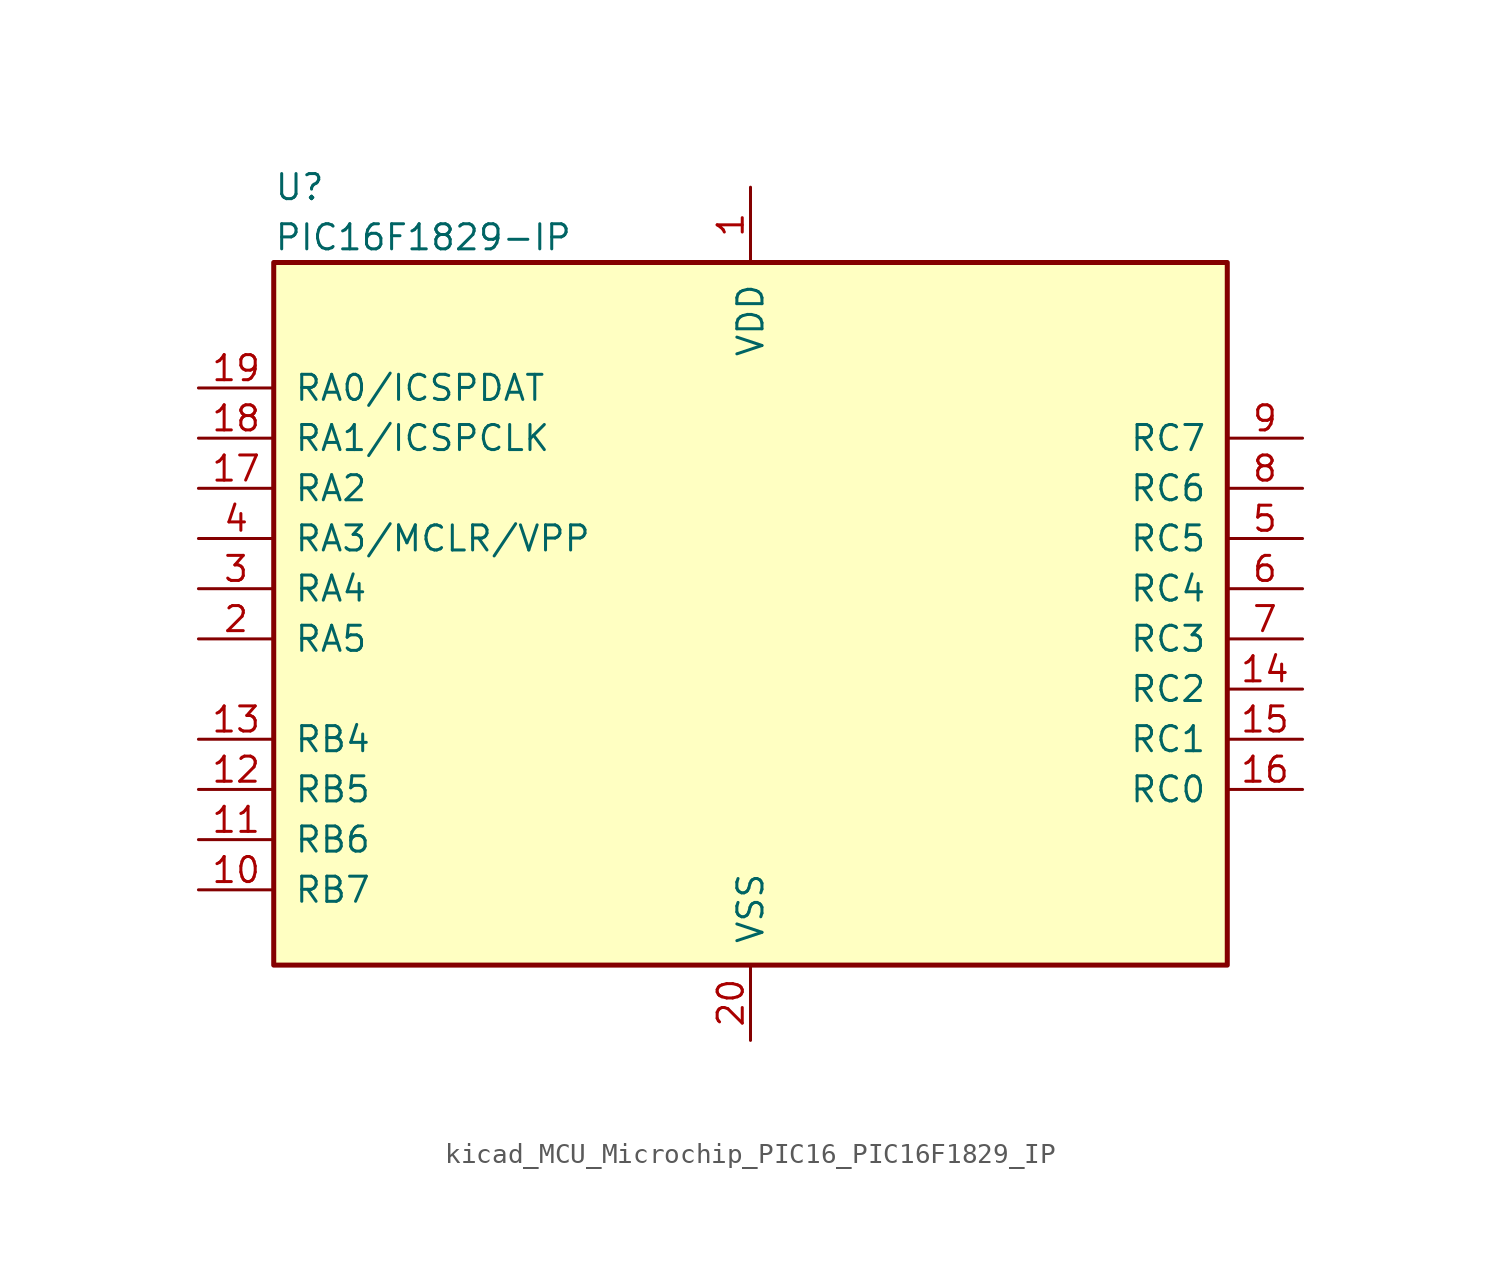
<source format=kicad_sym>
(kicad_symbol_lib
  (version 20220914)
  (generator kicad_symbol_editor)
  (symbol "kicad_MCU_Microchip_PIC16_PIC16F1829_IP"
    (pin_names
      (offset 1.016))
    (property "Reference" "U"
      (at -24.13 22.86 0)
      (effects (font (size 1.27 1.27)) (justify left)))
    (property "Value" "PIC16F1829-IP"
      (at -24.13 20.32 0)
      (effects (font (size 1.27 1.27)) (justify left)))
    (symbol "kicad_MCU_Microchip_PIC16_PIC16F1829_IP_0_1"
      (rectangle (start -24.13 19.05) (end 24.13 -16.51) (stroke (width 0.254) (type default)) (fill (type background))))
    (symbol "kicad_MCU_Microchip_PIC16_PIC16F1829_IP_1_1"
      (pin power_in line (at 0 22.86 270) (length 3.81) (name "VDD" (effects (font (size 1.27 1.27)))) (number "1" (effects (font (size 1.27 1.27)))))
      (pin bidirectional line (at -27.94 -12.7 0) (length 3.81) (name "RB7" (effects (font (size 1.27 1.27)))) (number "10" (effects (font (size 1.27 1.27)))))
      (pin bidirectional line (at -27.94 -10.16 0) (length 3.81) (name "RB6" (effects (font (size 1.27 1.27)))) (number "11" (effects (font (size 1.27 1.27)))))
      (pin bidirectional line (at -27.94 -7.62 0) (length 3.81) (name "RB5" (effects (font (size 1.27 1.27)))) (number "12" (effects (font (size 1.27 1.27)))))
      (pin bidirectional line (at -27.94 -5.08 0) (length 3.81) (name "RB4" (effects (font (size 1.27 1.27)))) (number "13" (effects (font (size 1.27 1.27)))))
      (pin bidirectional line (at 27.94 -2.54 180) (length 3.81) (name "RC2" (effects (font (size 1.27 1.27)))) (number "14" (effects (font (size 1.27 1.27)))))
      (pin bidirectional line (at 27.94 -5.08 180) (length 3.81) (name "RC1" (effects (font (size 1.27 1.27)))) (number "15" (effects (font (size 1.27 1.27)))))
      (pin bidirectional line (at 27.94 -7.62 180) (length 3.81) (name "RC0" (effects (font (size 1.27 1.27)))) (number "16" (effects (font (size 1.27 1.27)))))
      (pin bidirectional line (at -27.94 7.62 0) (length 3.81) (name "RA2" (effects (font (size 1.27 1.27)))) (number "17" (effects (font (size 1.27 1.27)))))
      (pin bidirectional line (at -27.94 10.16 0) (length 3.81) (name "RA1/ICSPCLK" (effects (font (size 1.27 1.27)))) (number "18" (effects (font (size 1.27 1.27)))))
      (pin bidirectional line (at -27.94 12.7 0) (length 3.81) (name "RA0/ICSPDAT" (effects (font (size 1.27 1.27)))) (number "19" (effects (font (size 1.27 1.27)))))
      (pin bidirectional line (at -27.94 0 0) (length 3.81) (name "RA5" (effects (font (size 1.27 1.27)))) (number "2" (effects (font (size 1.27 1.27)))))
      (pin power_in line (at 0 -20.32 90) (length 3.81) (name "VSS" (effects (font (size 1.27 1.27)))) (number "20" (effects (font (size 1.27 1.27)))))
      (pin bidirectional line (at -27.94 2.54 0) (length 3.81) (name "RA4" (effects (font (size 1.27 1.27)))) (number "3" (effects (font (size 1.27 1.27)))))
      (pin bidirectional line (at -27.94 5.08 0) (length 3.81) (name "RA3/MCLR/VPP" (effects (font (size 1.27 1.27)))) (number "4" (effects (font (size 1.27 1.27)))))
      (pin bidirectional line (at 27.94 5.08 180) (length 3.81) (name "RC5" (effects (font (size 1.27 1.27)))) (number "5" (effects (font (size 1.27 1.27)))))
      (pin bidirectional line (at 27.94 2.54 180) (length 3.81) (name "RC4" (effects (font (size 1.27 1.27)))) (number "6" (effects (font (size 1.27 1.27)))))
      (pin bidirectional line (at 27.94 0 180) (length 3.81) (name "RC3" (effects (font (size 1.27 1.27)))) (number "7" (effects (font (size 1.27 1.27)))))
      (pin bidirectional line (at 27.94 7.62 180) (length 3.81) (name "RC6" (effects (font (size 1.27 1.27)))) (number "8" (effects (font (size 1.27 1.27)))))
      (pin bidirectional line (at 27.94 10.16 180) (length 3.81) (name "RC7" (effects (font (size 1.27 1.27)))) (number "9" (effects (font (size 1.27 1.27))))))))
</source>
